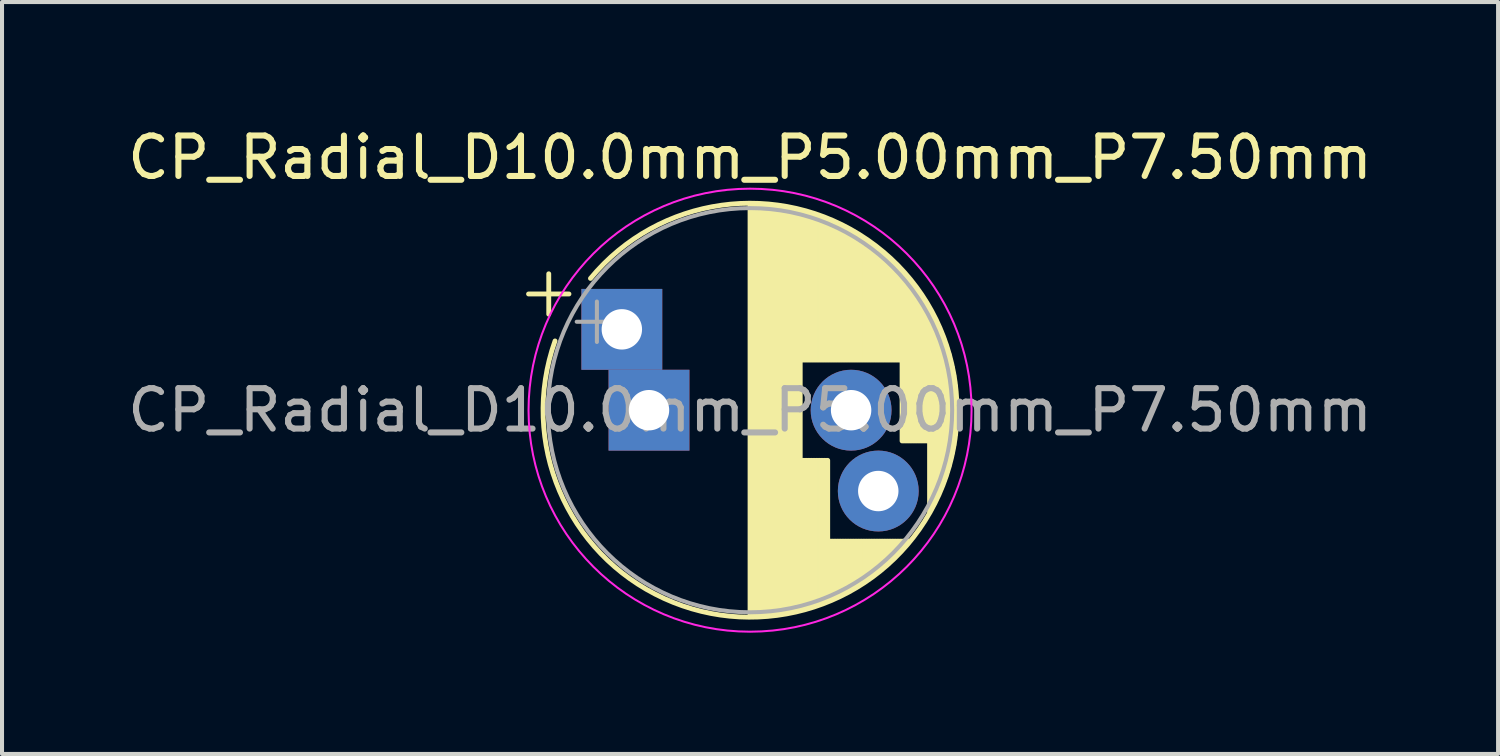
<source format=kicad_pcb>
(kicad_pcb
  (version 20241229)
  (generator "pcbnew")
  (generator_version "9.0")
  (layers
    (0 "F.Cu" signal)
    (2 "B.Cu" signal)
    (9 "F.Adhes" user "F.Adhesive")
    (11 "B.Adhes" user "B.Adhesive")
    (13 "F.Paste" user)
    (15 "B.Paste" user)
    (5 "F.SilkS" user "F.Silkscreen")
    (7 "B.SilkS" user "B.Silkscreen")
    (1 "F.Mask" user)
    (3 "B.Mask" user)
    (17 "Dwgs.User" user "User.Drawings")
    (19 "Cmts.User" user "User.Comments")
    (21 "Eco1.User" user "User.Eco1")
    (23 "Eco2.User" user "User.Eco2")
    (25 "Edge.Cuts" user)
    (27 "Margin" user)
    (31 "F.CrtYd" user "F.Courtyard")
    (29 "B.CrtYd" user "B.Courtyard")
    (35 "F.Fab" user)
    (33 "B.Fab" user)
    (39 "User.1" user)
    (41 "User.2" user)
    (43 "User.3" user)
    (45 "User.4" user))
  (footprint "CP_Radial_D10.0mm_P5.00mm_P7.50mm"
    (layer "F.Cu")
    (at 13.006 7.098)
    (property "Reference" "CP_Radial_D10.0mm_P5.00mm_P7.50mm" (at 2.5 -6.25 0) (layer "F.SilkS") (effects (font (size 1 1) (thickness 0.15))))
    (attr through_hole)
    (fp_line (start -2.98 -2.875) (end -1.98 -2.875) (stroke (width 0.12) (type solid)) (layer "F.SilkS"))
    (fp_line (start -2.48 -3.375) (end -2.48 -2.375) (stroke (width 0.12) (type solid)) (layer "F.SilkS"))
    (fp_line (start 2.5 -5.08) (end 2.5 5.08) (stroke (width 0.12) (type solid)) (layer "F.SilkS"))
    (fp_line (start 2.54 -5.08) (end 2.54 5.08) (stroke (width 0.12) (type solid)) (layer "F.SilkS"))
    (fp_line (start 2.58 -5.08) (end 2.58 5.08) (stroke (width 0.12) (type solid)) (layer "F.SilkS"))
    (fp_line (start 2.62 -5.079) (end 2.62 5.079) (stroke (width 0.12) (type solid)) (layer "F.SilkS"))
    (fp_line (start 2.66 -5.078) (end 2.66 5.078) (stroke (width 0.12) (type solid)) (layer "F.SilkS"))
    (fp_line (start 2.7 -5.077) (end 2.7 5.077) (stroke (width 0.12) (type solid)) (layer "F.SilkS"))
    (fp_line (start 2.74 -5.075) (end 2.74 5.075) (stroke (width 0.12) (type solid)) (layer "F.SilkS"))
    (fp_line (start 2.78 -5.073) (end 2.78 5.073) (stroke (width 0.12) (type solid)) (layer "F.SilkS"))
    (fp_line (start 2.82 -5.07) (end 2.82 5.07) (stroke (width 0.12) (type solid)) (layer "F.SilkS"))
    (fp_line (start 2.86 -5.068) (end 2.86 5.068) (stroke (width 0.12) (type solid)) (layer "F.SilkS"))
    (fp_line (start 2.9 -5.065) (end 2.9 5.065) (stroke (width 0.12) (type solid)) (layer "F.SilkS"))
    (fp_line (start 2.94 -5.062) (end 2.94 5.062) (stroke (width 0.12) (type solid)) (layer "F.SilkS"))
    (fp_line (start 2.98 -5.058) (end 2.98 5.058) (stroke (width 0.12) (type solid)) (layer "F.SilkS"))
    (fp_line (start 3.02 -5.054) (end 3.02 5.054) (stroke (width 0.12) (type solid)) (layer "F.SilkS"))
    (fp_line (start 3.06 -5.05) (end 3.06 5.05) (stroke (width 0.12) (type solid)) (layer "F.SilkS"))
    (fp_line (start 3.1 -5.045) (end 3.1 5.045) (stroke (width 0.12) (type solid)) (layer "F.SilkS"))
    (fp_line (start 3.14 -5.04) (end 3.14 5.04) (stroke (width 0.12) (type solid)) (layer "F.SilkS"))
    (fp_line (start 3.18 -5.035) (end 3.18 5.035) (stroke (width 0.12) (type solid)) (layer "F.SilkS"))
    (fp_line (start 3.221 -5.03) (end 3.221 5.03) (stroke (width 0.12) (type solid)) (layer "F.SilkS"))
    (fp_line (start 3.261 -5.024) (end 3.261 5.024) (stroke (width 0.12) (type solid)) (layer "F.SilkS"))
    (fp_line (start 3.301 -5.018) (end 3.301 5.018) (stroke (width 0.12) (type solid)) (layer "F.SilkS"))
    (fp_line (start 3.341 -5.011) (end 3.341 5.011) (stroke (width 0.12) (type solid)) (layer "F.SilkS"))
    (fp_line (start 3.381 -5.004) (end 3.381 5.004) (stroke (width 0.12) (type solid)) (layer "F.SilkS"))
    (fp_line (start 3.421 -4.997) (end 3.421 4.997) (stroke (width 0.12) (type solid)) (layer "F.SilkS"))
    (fp_line (start 3.461 -4.99) (end 3.461 4.99) (stroke (width 0.12) (type solid)) (layer "F.SilkS"))
    (fp_line (start 3.501 -4.982) (end 3.501 4.982) (stroke (width 0.12) (type solid)) (layer "F.SilkS"))
    (fp_line (start 3.541 -4.974) (end 3.541 4.974) (stroke (width 0.12) (type solid)) (layer "F.SilkS"))
    (fp_line (start 3.581 -4.965) (end 3.581 4.965) (stroke (width 0.12) (type solid)) (layer "F.SilkS"))
    (fp_line (start 3.621 -4.956) (end 3.621 4.956) (stroke (width 0.12) (type solid)) (layer "F.SilkS"))
    (fp_line (start 3.661 -4.947) (end 3.661 4.947) (stroke (width 0.12) (type solid)) (layer "F.SilkS"))
    (fp_line (start 3.701 -4.938) (end 3.701 4.938) (stroke (width 0.12) (type solid)) (layer "F.SilkS"))
    (fp_line (start 3.741 -4.928) (end 3.741 4.928) (stroke (width 0.12) (type solid)) (layer "F.SilkS"))
    (fp_line (start 3.781 -4.918) (end 3.781 -1.241) (stroke (width 0.12) (type solid)) (layer "F.SilkS"))
    (fp_line (start 3.781 1.241) (end 3.781 4.918) (stroke (width 0.12) (type solid)) (layer "F.SilkS"))
    (fp_line (start 3.821 -4.907) (end 3.821 -1.241) (stroke (width 0.12) (type solid)) (layer "F.SilkS"))
    (fp_line (start 3.821 1.241) (end 3.821 4.907) (stroke (width 0.12) (type solid)) (layer "F.SilkS"))
    (fp_line (start 3.861 -4.897) (end 3.861 -1.241) (stroke (width 0.12) (type solid)) (layer "F.SilkS"))
    (fp_line (start 3.861 1.241) (end 3.861 4.897) (stroke (width 0.12) (type solid)) (layer "F.SilkS"))
    (fp_line (start 3.901 -4.885) (end 3.901 -1.241) (stroke (width 0.12) (type solid)) (layer "F.SilkS"))
    (fp_line (start 3.901 1.241) (end 3.901 4.885) (stroke (width 0.12) (type solid)) (layer "F.SilkS"))
    (fp_line (start 3.941 -4.874) (end 3.941 -1.241) (stroke (width 0.12) (type solid)) (layer "F.SilkS"))
    (fp_line (start 3.941 1.241) (end 3.941 4.874) (stroke (width 0.12) (type solid)) (layer "F.SilkS"))
    (fp_line (start 3.981 -4.862) (end 3.981 -1.241) (stroke (width 0.12) (type solid)) (layer "F.SilkS"))
    (fp_line (start 3.981 1.241) (end 3.981 4.862) (stroke (width 0.12) (type solid)) (layer "F.SilkS"))
    (fp_line (start 4.021 -4.85) (end 4.021 -1.241) (stroke (width 0.12) (type solid)) (layer "F.SilkS"))
    (fp_line (start 4.021 1.241) (end 4.021 4.85) (stroke (width 0.12) (type solid)) (layer "F.SilkS"))
    (fp_line (start 4.061 -4.837) (end 4.061 -1.241) (stroke (width 0.12) (type solid)) (layer "F.SilkS"))
    (fp_line (start 4.061 1.241) (end 4.061 4.837) (stroke (width 0.12) (type solid)) (layer "F.SilkS"))
    (fp_line (start 4.101 -4.824) (end 4.101 -1.241) (stroke (width 0.12) (type solid)) (layer "F.SilkS"))
    (fp_line (start 4.101 1.241) (end 4.101 4.824) (stroke (width 0.12) (type solid)) (layer "F.SilkS"))
    (fp_line (start 4.141 -4.811) (end 4.141 -1.241) (stroke (width 0.12) (type solid)) (layer "F.SilkS"))
    (fp_line (start 4.141 1.241) (end 4.141 4.811) (stroke (width 0.12) (type solid)) (layer "F.SilkS"))
    (fp_line (start 4.181 -4.797) (end 4.181 -1.241) (stroke (width 0.12) (type solid)) (layer "F.SilkS"))
    (fp_line (start 4.181 1.241) (end 4.181 4.797) (stroke (width 0.12) (type solid)) (layer "F.SilkS"))
    (fp_line (start 4.221 -4.783) (end 4.221 -1.241) (stroke (width 0.12) (type solid)) (layer "F.SilkS"))
    (fp_line (start 4.221 1.241) (end 4.221 4.783) (stroke (width 0.12) (type solid)) (layer "F.SilkS"))
    (fp_line (start 4.261 -4.768) (end 4.261 -1.241) (stroke (width 0.12) (type solid)) (layer "F.SilkS"))
    (fp_line (start 4.261 1.241) (end 4.261 4.768) (stroke (width 0.12) (type solid)) (layer "F.SilkS"))
    (fp_line (start 4.301 -4.754) (end 4.301 -1.241) (stroke (width 0.12) (type solid)) (layer "F.SilkS"))
    (fp_line (start 4.301 1.241) (end 4.301 4.754) (stroke (width 0.12) (type solid)) (layer "F.SilkS"))
    (fp_line (start 4.341 -4.738) (end 4.341 -1.241) (stroke (width 0.12) (type solid)) (layer "F.SilkS"))
    (fp_line (start 4.341 1.241) (end 4.341 4.738) (stroke (width 0.12) (type solid)) (layer "F.SilkS"))
    (fp_line (start 4.381 -4.723) (end 4.381 -1.241) (stroke (width 0.12) (type solid)) (layer "F.SilkS"))
    (fp_line (start 4.381 1.241) (end 4.381 4.723) (stroke (width 0.12) (type solid)) (layer "F.SilkS"))
    (fp_line (start 4.421 -4.707) (end 4.421 -1.241) (stroke (width 0.12) (type solid)) (layer "F.SilkS"))
    (fp_line (start 4.421 1.241) (end 4.421 4.707) (stroke (width 0.12) (type solid)) (layer "F.SilkS"))
    (fp_line (start 4.461 -4.69) (end 4.461 -1.241) (stroke (width 0.12) (type solid)) (layer "F.SilkS"))
    (fp_line (start 4.461 3.24) (end 4.461 4.69) (stroke (width 0.12) (type solid)) (layer "F.SilkS"))
    (fp_line (start 4.501 -4.674) (end 4.501 -1.241) (stroke (width 0.12) (type solid)) (layer "F.SilkS"))
    (fp_line (start 4.501 3.24) (end 4.501 4.674) (stroke (width 0.12) (type solid)) (layer "F.SilkS"))
    (fp_line (start 4.541 -4.657) (end 4.541 -1.241) (stroke (width 0.12) (type solid)) (layer "F.SilkS"))
    (fp_line (start 4.541 3.24) (end 4.541 4.657) (stroke (width 0.12) (type solid)) (layer "F.SilkS"))
    (fp_line (start 4.581 -4.639) (end 4.581 -1.241) (stroke (width 0.12) (type solid)) (layer "F.SilkS"))
    (fp_line (start 4.581 3.24) (end 4.581 4.639) (stroke (width 0.12) (type solid)) (layer "F.SilkS"))
    (fp_line (start 4.621 -4.621) (end 4.621 -1.241) (stroke (width 0.12) (type solid)) (layer "F.SilkS"))
    (fp_line (start 4.621 3.24) (end 4.621 4.621) (stroke (width 0.12) (type solid)) (layer "F.SilkS"))
    (fp_line (start 4.661 -4.603) (end 4.661 -1.241) (stroke (width 0.12) (type solid)) (layer "F.SilkS"))
    (fp_line (start 4.661 3.24) (end 4.661 4.603) (stroke (width 0.12) (type solid)) (layer "F.SilkS"))
    (fp_line (start 4.701 -4.584) (end 4.701 -1.241) (stroke (width 0.12) (type solid)) (layer "F.SilkS"))
    (fp_line (start 4.701 3.24) (end 4.701 4.584) (stroke (width 0.12) (type solid)) (layer "F.SilkS"))
    (fp_line (start 4.741 -4.564) (end 4.741 -1.241) (stroke (width 0.12) (type solid)) (layer "F.SilkS"))
    (fp_line (start 4.741 3.24) (end 4.741 4.564) (stroke (width 0.12) (type solid)) (layer "F.SilkS"))
    (fp_line (start 4.781 -4.545) (end 4.781 -1.241) (stroke (width 0.12) (type solid)) (layer "F.SilkS"))
    (fp_line (start 4.781 3.24) (end 4.781 4.545) (stroke (width 0.12) (type solid)) (layer "F.SilkS"))
    (fp_line (start 4.821 -4.525) (end 4.821 -1.241) (stroke (width 0.12) (type solid)) (layer "F.SilkS"))
    (fp_line (start 4.821 3.24) (end 4.821 4.525) (stroke (width 0.12) (type solid)) (layer "F.SilkS"))
    (fp_line (start 4.861 -4.504) (end 4.861 -1.241) (stroke (width 0.12) (type solid)) (layer "F.SilkS"))
    (fp_line (start 4.861 3.24) (end 4.861 4.504) (stroke (width 0.12) (type solid)) (layer "F.SilkS"))
    (fp_line (start 4.901 -4.483) (end 4.901 -1.241) (stroke (width 0.12) (type solid)) (layer "F.SilkS"))
    (fp_line (start 4.901 3.24) (end 4.901 4.483) (stroke (width 0.12) (type solid)) (layer "F.SilkS"))
    (fp_line (start 4.941 -4.462) (end 4.941 -1.241) (stroke (width 0.12) (type solid)) (layer "F.SilkS"))
    (fp_line (start 4.941 3.24) (end 4.941 4.462) (stroke (width 0.12) (type solid)) (layer "F.SilkS"))
    (fp_line (start 4.981 -4.44) (end 4.981 -1.241) (stroke (width 0.12) (type solid)) (layer "F.SilkS"))
    (fp_line (start 4.981 3.24) (end 4.981 4.44) (stroke (width 0.12) (type solid)) (layer "F.SilkS"))
    (fp_line (start 5.021 -4.417) (end 5.021 -1.241) (stroke (width 0.12) (type solid)) (layer "F.SilkS"))
    (fp_line (start 5.021 3.24) (end 5.021 4.417) (stroke (width 0.12) (type solid)) (layer "F.SilkS"))
    (fp_line (start 5.061 -4.395) (end 5.061 -1.241) (stroke (width 0.12) (type solid)) (layer "F.SilkS"))
    (fp_line (start 5.061 3.24) (end 5.061 4.395) (stroke (width 0.12) (type solid)) (layer "F.SilkS"))
    (fp_line (start 5.101 -4.371) (end 5.101 -1.241) (stroke (width 0.12) (type solid)) (layer "F.SilkS"))
    (fp_line (start 5.101 3.24) (end 5.101 4.371) (stroke (width 0.12) (type solid)) (layer "F.SilkS"))
    (fp_line (start 5.141 -4.347) (end 5.141 -1.241) (stroke (width 0.12) (type solid)) (layer "F.SilkS"))
    (fp_line (start 5.141 3.24) (end 5.141 4.347) (stroke (width 0.12) (type solid)) (layer "F.SilkS"))
    (fp_line (start 5.181 -4.323) (end 5.181 -1.241) (stroke (width 0.12) (type solid)) (layer "F.SilkS"))
    (fp_line (start 5.181 3.24) (end 5.181 4.323) (stroke (width 0.12) (type solid)) (layer "F.SilkS"))
    (fp_line (start 5.221 -4.298) (end 5.221 -1.241) (stroke (width 0.12) (type solid)) (layer "F.SilkS"))
    (fp_line (start 5.221 3.24) (end 5.221 4.298) (stroke (width 0.12) (type solid)) (layer "F.SilkS"))
    (fp_line (start 5.261 -4.273) (end 5.261 -1.241) (stroke (width 0.12) (type solid)) (layer "F.SilkS"))
    (fp_line (start 5.261 3.24) (end 5.261 4.273) (stroke (width 0.12) (type solid)) (layer "F.SilkS"))
    (fp_line (start 5.301 -4.247) (end 5.301 -1.241) (stroke (width 0.12) (type solid)) (layer "F.SilkS"))
    (fp_line (start 5.301 3.24) (end 5.301 4.247) (stroke (width 0.12) (type solid)) (layer "F.SilkS"))
    (fp_line (start 5.341 -4.221) (end 5.341 -1.241) (stroke (width 0.12) (type solid)) (layer "F.SilkS"))
    (fp_line (start 5.341 3.24) (end 5.341 4.221) (stroke (width 0.12) (type solid)) (layer "F.SilkS"))
    (fp_line (start 5.381 -4.194) (end 5.381 -1.241) (stroke (width 0.12) (type solid)) (layer "F.SilkS"))
    (fp_line (start 5.381 3.24) (end 5.381 4.194) (stroke (width 0.12) (type solid)) (layer "F.SilkS"))
    (fp_line (start 5.421 -4.166) (end 5.421 -1.241) (stroke (width 0.12) (type solid)) (layer "F.SilkS"))
    (fp_line (start 5.421 3.24) (end 5.421 4.166) (stroke (width 0.12) (type solid)) (layer "F.SilkS"))
    (fp_line (start 5.461 -4.138) (end 5.461 -1.241) (stroke (width 0.12) (type solid)) (layer "F.SilkS"))
    (fp_line (start 5.461 3.24) (end 5.461 4.138) (stroke (width 0.12) (type solid)) (layer "F.SilkS"))
    (fp_line (start 5.501 -4.11) (end 5.501 -1.241) (stroke (width 0.12) (type solid)) (layer "F.SilkS"))
    (fp_line (start 5.501 3.24) (end 5.501 4.11) (stroke (width 0.12) (type solid)) (layer "F.SilkS"))
    (fp_line (start 5.541 -4.08) (end 5.541 -1.241) (stroke (width 0.12) (type solid)) (layer "F.SilkS"))
    (fp_line (start 5.541 3.24) (end 5.541 4.08) (stroke (width 0.12) (type solid)) (layer "F.SilkS"))
    (fp_line (start 5.581 -4.05) (end 5.581 -1.241) (stroke (width 0.12) (type solid)) (layer "F.SilkS"))
    (fp_line (start 5.581 3.24) (end 5.581 4.05) (stroke (width 0.12) (type solid)) (layer "F.SilkS"))
    (fp_line (start 5.621 -4.02) (end 5.621 -1.241) (stroke (width 0.12) (type solid)) (layer "F.SilkS"))
    (fp_line (start 5.621 3.24) (end 5.621 4.02) (stroke (width 0.12) (type solid)) (layer "F.SilkS"))
    (fp_line (start 5.661 -3.989) (end 5.661 -1.241) (stroke (width 0.12) (type solid)) (layer "F.SilkS"))
    (fp_line (start 5.661 3.24) (end 5.661 3.989) (stroke (width 0.12) (type solid)) (layer "F.SilkS"))
    (fp_line (start 5.701 -3.957) (end 5.701 -1.241) (stroke (width 0.12) (type solid)) (layer "F.SilkS"))
    (fp_line (start 5.701 3.24) (end 5.701 3.957) (stroke (width 0.12) (type solid)) (layer "F.SilkS"))
    (fp_line (start 5.741 -3.925) (end 5.741 -1.241) (stroke (width 0.12) (type solid)) (layer "F.SilkS"))
    (fp_line (start 5.741 3.24) (end 5.741 3.925) (stroke (width 0.12) (type solid)) (layer "F.SilkS"))
    (fp_line (start 5.781 -3.892) (end 5.781 -1.241) (stroke (width 0.12) (type solid)) (layer "F.SilkS"))
    (fp_line (start 5.781 3.24) (end 5.781 3.892) (stroke (width 0.12) (type solid)) (layer "F.SilkS"))
    (fp_line (start 5.821 -3.858) (end 5.821 -1.241) (stroke (width 0.12) (type solid)) (layer "F.SilkS"))
    (fp_line (start 5.821 3.24) (end 5.821 3.858) (stroke (width 0.12) (type solid)) (layer "F.SilkS"))
    (fp_line (start 5.861 -3.824) (end 5.861 -1.241) (stroke (width 0.12) (type solid)) (layer "F.SilkS"))
    (fp_line (start 5.861 3.24) (end 5.861 3.824) (stroke (width 0.12) (type solid)) (layer "F.SilkS"))
    (fp_line (start 5.901 -3.789) (end 5.901 -1.241) (stroke (width 0.12) (type solid)) (layer "F.SilkS"))
    (fp_line (start 5.901 3.24) (end 5.901 3.789) (stroke (width 0.12) (type solid)) (layer "F.SilkS"))
    (fp_line (start 5.941 -3.753) (end 5.941 -1.241) (stroke (width 0.12) (type solid)) (layer "F.SilkS"))
    (fp_line (start 5.941 3.24) (end 5.941 3.753) (stroke (width 0.12) (type solid)) (layer "F.SilkS"))
    (fp_line (start 5.981 -3.716) (end 5.981 -1.241) (stroke (width 0.12) (type solid)) (layer "F.SilkS"))
    (fp_line (start 5.981 3.24) (end 5.981 3.716) (stroke (width 0.12) (type solid)) (layer "F.SilkS"))
    (fp_line (start 6.021 -3.679) (end 6.021 -1.241) (stroke (width 0.12) (type solid)) (layer "F.SilkS"))
    (fp_line (start 6.021 3.24) (end 6.021 3.679) (stroke (width 0.12) (type solid)) (layer "F.SilkS"))
    (fp_line (start 6.061 -3.64) (end 6.061 -1.241) (stroke (width 0.12) (type solid)) (layer "F.SilkS"))
    (fp_line (start 6.061 3.24) (end 6.061 3.64) (stroke (width 0.12) (type solid)) (layer "F.SilkS"))
    (fp_line (start 6.101 -3.601) (end 6.101 -1.241) (stroke (width 0.12) (type solid)) (layer "F.SilkS"))
    (fp_line (start 6.101 3.24) (end 6.101 3.601) (stroke (width 0.12) (type solid)) (layer "F.SilkS"))
    (fp_line (start 6.141 -3.561) (end 6.141 -1.241) (stroke (width 0.12) (type solid)) (layer "F.SilkS"))
    (fp_line (start 6.141 3.24) (end 6.141 3.561) (stroke (width 0.12) (type solid)) (layer "F.SilkS"))
    (fp_line (start 6.181 -3.52) (end 6.181 -1.241) (stroke (width 0.12) (type solid)) (layer "F.SilkS"))
    (fp_line (start 6.181 3.24) (end 6.181 3.52) (stroke (width 0.12) (type solid)) (layer "F.SilkS"))
    (fp_line (start 6.221 -3.478) (end 6.221 -1.241) (stroke (width 0.12) (type solid)) (layer "F.SilkS"))
    (fp_line (start 6.221 3.24) (end 6.221 3.478) (stroke (width 0.12) (type solid)) (layer "F.SilkS"))
    (fp_line (start 6.261 -3.436) (end 6.261 0.76) (stroke (width 0.12) (type solid)) (layer "F.SilkS"))
    (fp_line (start 6.261 3.24) (end 6.261 3.436) (stroke (width 0.12) (type solid)) (layer "F.SilkS"))
    (fp_line (start 6.301 -3.392) (end 6.301 0.76) (stroke (width 0.12) (type solid)) (layer "F.SilkS"))
    (fp_line (start 6.301 3.24) (end 6.301 3.392) (stroke (width 0.12) (type solid)) (layer "F.SilkS"))
    (fp_line (start 6.341 -3.347) (end 6.341 0.76) (stroke (width 0.12) (type solid)) (layer "F.SilkS"))
    (fp_line (start 6.341 3.24) (end 6.341 3.347) (stroke (width 0.12) (type solid)) (layer "F.SilkS"))
    (fp_line (start 6.381 -3.301) (end 6.381 0.76) (stroke (width 0.12) (type solid)) (layer "F.SilkS"))
    (fp_line (start 6.381 3.24) (end 6.381 3.301) (stroke (width 0.12) (type solid)) (layer "F.SilkS"))
    (fp_line (start 6.421 -3.254) (end 6.421 0.76) (stroke (width 0.12) (type solid)) (layer "F.SilkS"))
    (fp_line (start 6.421 3.24) (end 6.421 3.254) (stroke (width 0.12) (type solid)) (layer "F.SilkS"))
    (fp_line (start 6.461 -3.206) (end 6.461 0.76) (stroke (width 0.12) (type solid)) (layer "F.SilkS"))
    (fp_line (start 6.501 -3.156) (end 6.501 0.76) (stroke (width 0.12) (type solid)) (layer "F.SilkS"))
    (fp_line (start 6.541 -3.106) (end 6.541 0.76) (stroke (width 0.12) (type solid)) (layer "F.SilkS"))
    (fp_line (start 6.581 -3.054) (end 6.581 0.76) (stroke (width 0.12) (type solid)) (layer "F.SilkS"))
    (fp_line (start 6.621 -3) (end 6.621 0.76) (stroke (width 0.12) (type solid)) (layer "F.SilkS"))
    (fp_line (start 6.661 -2.945) (end 6.661 0.76) (stroke (width 0.12) (type solid)) (layer "F.SilkS"))
    (fp_line (start 6.701 -2.889) (end 6.701 0.76) (stroke (width 0.12) (type solid)) (layer "F.SilkS"))
    (fp_line (start 6.741 -2.83) (end 6.741 0.76) (stroke (width 0.12) (type solid)) (layer "F.SilkS"))
    (fp_line (start 6.781 -2.77) (end 6.781 0.76) (stroke (width 0.12) (type solid)) (layer "F.SilkS"))
    (fp_line (start 6.821 -2.709) (end 6.821 0.76) (stroke (width 0.12) (type solid)) (layer "F.SilkS"))
    (fp_line (start 6.861 -2.645) (end 6.861 0.76) (stroke (width 0.12) (type solid)) (layer "F.SilkS"))
    (fp_line (start 6.901 -2.579) (end 6.901 0.76) (stroke (width 0.12) (type solid)) (layer "F.SilkS"))
    (fp_line (start 6.941 -2.51) (end 6.941 2.51) (stroke (width 0.12) (type solid)) (layer "F.SilkS"))
    (fp_line (start 6.981 -2.439) (end 6.981 2.439) (stroke (width 0.12) (type solid)) (layer "F.SilkS"))
    (fp_line (start 7.021 -2.365) (end 7.021 2.365) (stroke (width 0.12) (type solid)) (layer "F.SilkS"))
    (fp_line (start 7.061 -2.289) (end 7.061 2.289) (stroke (width 0.12) (type solid)) (layer "F.SilkS"))
    (fp_line (start 7.101 -2.209) (end 7.101 2.209) (stroke (width 0.12) (type solid)) (layer "F.SilkS"))
    (fp_line (start 7.141 -2.125) (end 7.141 2.125) (stroke (width 0.12) (type solid)) (layer "F.SilkS"))
    (fp_line (start 7.181 -2.037) (end 7.181 2.037) (stroke (width 0.12) (type solid)) (layer "F.SilkS"))
    (fp_line (start 7.221 -1.944) (end 7.221 1.944) (stroke (width 0.12) (type solid)) (layer "F.SilkS"))
    (fp_line (start 7.261 -1.846) (end 7.261 1.846) (stroke (width 0.12) (type solid)) (layer "F.SilkS"))
    (fp_line (start 7.301 -1.742) (end 7.301 1.742) (stroke (width 0.12) (type solid)) (layer "F.SilkS"))
    (fp_line (start 7.341 -1.63) (end 7.341 1.63) (stroke (width 0.12) (type solid)) (layer "F.SilkS"))
    (fp_line (start 7.381 -1.51) (end 7.381 1.51) (stroke (width 0.12) (type solid)) (layer "F.SilkS"))
    (fp_line (start 7.421 -1.378) (end 7.421 1.378) (stroke (width 0.12) (type solid)) (layer "F.SilkS"))
    (fp_line (start 7.461 -1.23) (end 7.461 1.23) (stroke (width 0.12) (type solid)) (layer "F.SilkS"))
    (fp_line (start 7.501 -1.062) (end 7.501 1.062) (stroke (width 0.12) (type solid)) (layer "F.SilkS"))
    (fp_line (start 7.541 -0.862) (end 7.541 0.862) (stroke (width 0.12) (type solid)) (layer "F.SilkS"))
    (fp_line (start 7.581 -0.599) (end 7.581 0.599) (stroke (width 0.12) (type solid)) (layer "F.SilkS"))
    (fp_arc (start -1.448012 -3.26) (mid 6.954126 2.524908) (end -2.324903 -1.713098) (stroke (width 0.12) (type solid)) (layer "F.SilkS"))
    (fp_circle (center 2.5 0) (end 7.98 0) (stroke (width 0.05) (type solid)) (fill no) (layer "F.CrtYd"))
    (fp_line (start -1.789 -2.188) (end -0.789 -2.188) (stroke (width 0.1) (type solid)) (layer "F.Fab"))
    (fp_line (start -1.289 -2.688) (end -1.289 -1.688) (stroke (width 0.1) (type solid)) (layer "F.Fab"))
    (fp_circle (center 2.5 0) (end 7.5 0) (stroke (width 0.1) (type solid)) (fill no) (layer "F.Fab"))
    (fp_text user "${REFERENCE}" (at 2.5 0 0) (layer "F.Fab") (effects (font (size 1 1) (thickness 0.15))))
    (pad "1" thru_hole rect (at -0.672 -2) (size 2 2) (drill 1) (layers "*.Cu" "*.Mask"))
    (pad "1" thru_hole rect (at 0 0) (size 2 2) (drill 1) (layers "*.Cu" "*.Mask"))
    (pad "2" thru_hole circle (at 5 0) (size 2 2) (drill 1) (layers "*.Cu" "*.Mask"))
    (pad "2" thru_hole circle (at 5.672 2) (size 2 2) (drill 1) (layers "*.Cu" "*.Mask")))
  (gr_rect
    (start -3 -3)
    (end 34.012 15.603)
    (stroke (width 0.1) (type default))
    (fill no)
    (layer "Edge.Cuts")))
</source>
